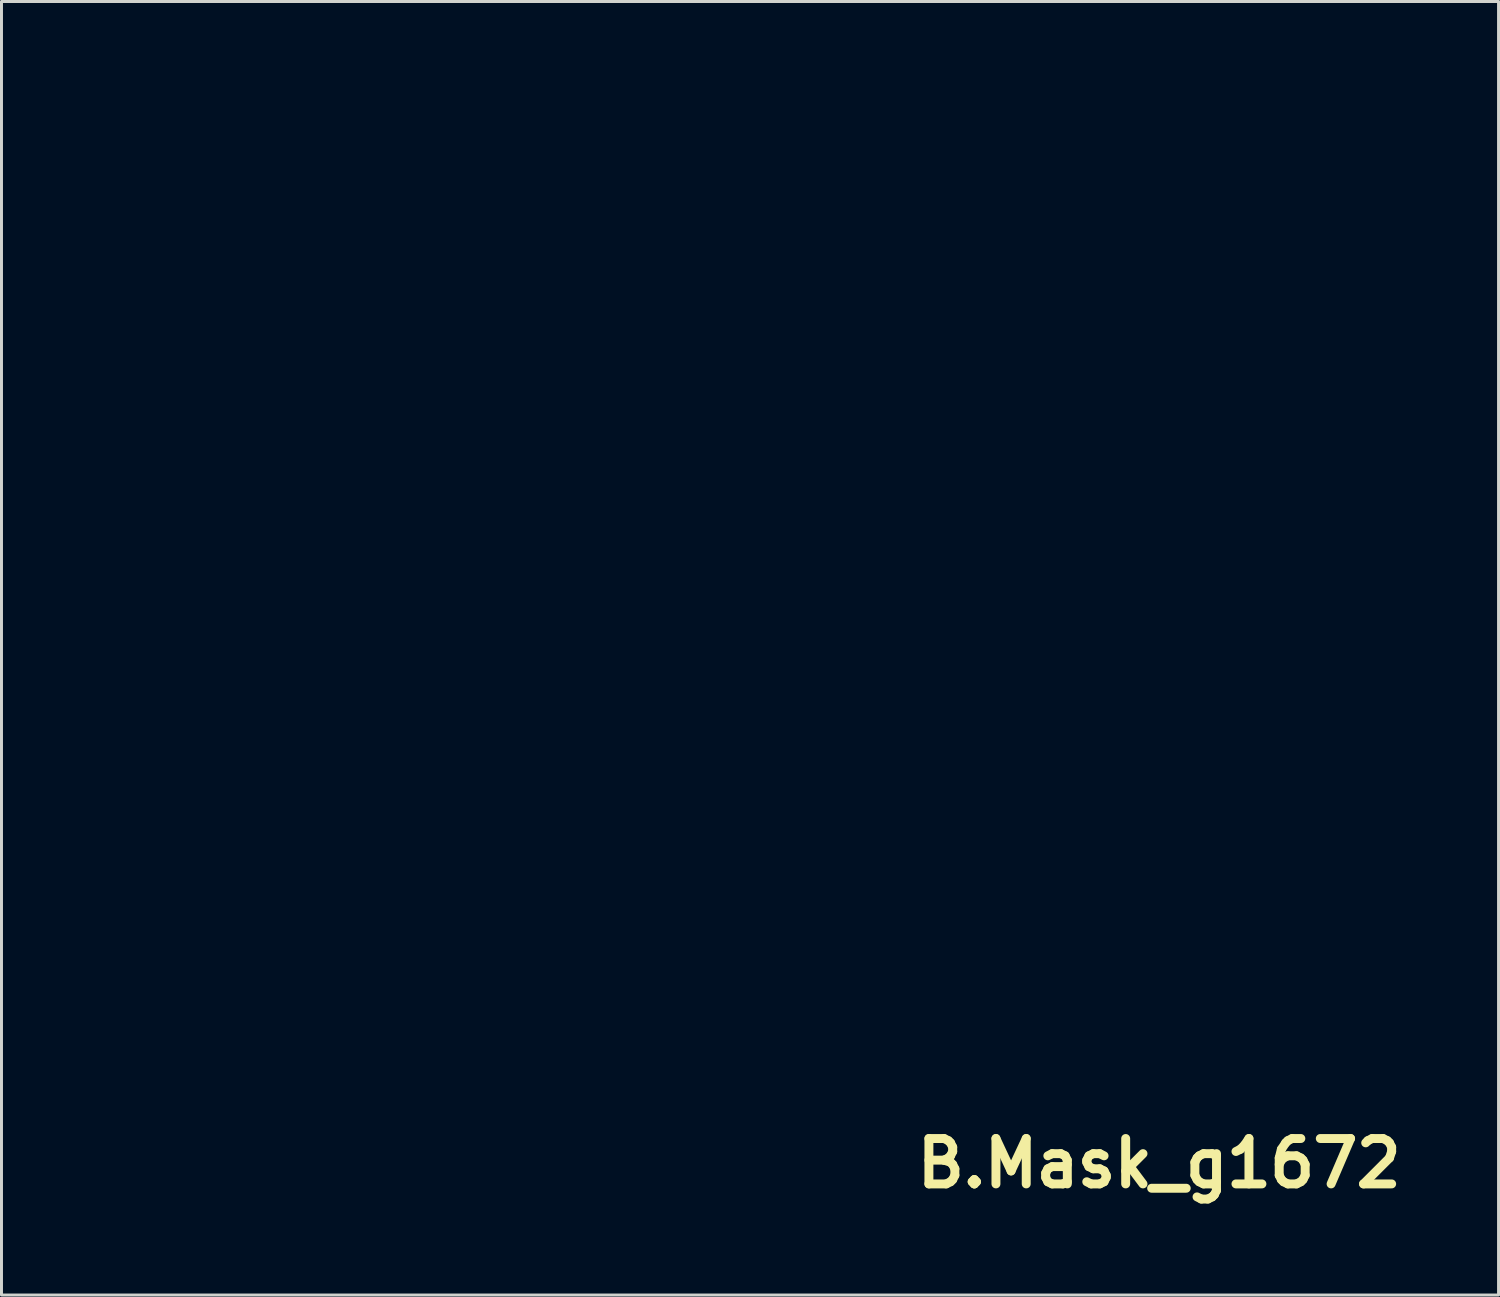
<source format=kicad_pcb>
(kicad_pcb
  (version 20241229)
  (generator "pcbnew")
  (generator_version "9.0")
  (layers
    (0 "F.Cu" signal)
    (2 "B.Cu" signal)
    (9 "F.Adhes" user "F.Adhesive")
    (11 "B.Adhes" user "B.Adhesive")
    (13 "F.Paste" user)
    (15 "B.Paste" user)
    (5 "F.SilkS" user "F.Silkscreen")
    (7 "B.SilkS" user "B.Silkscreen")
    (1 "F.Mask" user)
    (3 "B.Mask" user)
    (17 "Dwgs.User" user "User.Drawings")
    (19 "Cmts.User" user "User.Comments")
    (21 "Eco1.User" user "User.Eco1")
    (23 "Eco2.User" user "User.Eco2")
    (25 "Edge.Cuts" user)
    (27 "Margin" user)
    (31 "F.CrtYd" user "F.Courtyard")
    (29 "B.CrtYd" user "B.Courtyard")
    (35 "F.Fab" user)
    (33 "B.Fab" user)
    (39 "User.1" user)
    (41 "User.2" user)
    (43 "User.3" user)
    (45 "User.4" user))
  (footprint "B.Mask_g1672"
    (layer "F.Cu")
    (at 35.855 35.995)
    (property "Reference" "B.Mask_g1672" (at 0 0 0) (layer "F.SilkS") (effects (font (size 1.524 1.524) (thickness 0.3))))
    (attr through_hole)
    (fp_poly (pts (xy -35.798 -35.98) (xy -35.729 -35.955) (xy -35.726 -35.954) (xy -35.65 -35.926) (xy -35.548 -35.891) (xy -35.435 -35.852) (xy -35.348 -35.824) (xy -35.158 -35.757) (xy -34.956 -35.678) (xy -34.736 -35.582) (xy -34.492 -35.468) (xy -34.264 -35.356) (xy -34.06 -35.253) (xy -33.878 -35.155) (xy -33.708 -35.057) (xy -33.54 -34.954) (xy -33.365 -34.839) (xy -33.173 -34.707) (xy -33.031 -34.606) (xy -32.931 -34.535) (xy -32.803 -34.441) (xy -32.65 -34.329) (xy -32.477 -34.202) (xy -32.29 -34.064) (xy -32.092 -33.918) (xy -31.889 -33.767) (xy -31.685 -33.615) (xy -31.484 -33.465) (xy -31.293 -33.322) (xy -31.115 -33.188) (xy -30.954 -33.068) (xy -30.817 -32.963) (xy -30.706 -32.879) (xy -30.687 -32.864) (xy -30.502 -32.721) (xy -30.802 -32.357) (xy -31.031 -32.08) (xy -31.235 -31.836) (xy -31.412 -31.625) (xy -31.563 -31.448) (xy -31.688 -31.303) (xy -31.787 -31.192) (xy -31.861 -31.114) (xy -31.908 -31.069) (xy -31.927 -31.057) (xy -31.949 -31.07) (xy -31.996 -31.108) (xy -32.062 -31.167) (xy -32.143 -31.242) (xy -32.234 -31.33) (xy -32.237 -31.333) (xy -32.322 -31.413) (xy -32.433 -31.515) (xy -32.565 -31.633) (xy -32.712 -31.762) (xy -32.867 -31.896) (xy -33.025 -32.031) (xy -33.152 -32.137) (xy -33.379 -32.327) (xy -33.575 -32.493) (xy -33.746 -32.64) (xy -33.894 -32.77) (xy -34.024 -32.887) (xy -34.137 -32.994) (xy -34.239 -33.094) (xy -34.333 -33.192) (xy -34.422 -33.289) (xy -34.509 -33.39) (xy -34.563 -33.454) (xy -34.685 -33.612) (xy -34.816 -33.804) (xy -34.952 -34.022) (xy -35.091 -34.259) (xy -35.228 -34.509) (xy -35.359 -34.765) (xy -35.482 -35.019) (xy -35.591 -35.265) (xy -35.684 -35.496) (xy -35.738 -35.649) (xy -35.773 -35.754) (xy -35.804 -35.847) (xy -35.829 -35.919) (xy -35.844 -35.962) (xy -35.846 -35.967) (xy -35.85 -35.985) (xy -35.836 -35.99) (xy -35.798 -35.98)) (stroke (width 0.01) (type solid)) (fill yes) (layer "B.Mask")))
  (gr_rect
    (start -3 -3)
    (end 47.244 40.413)
    (stroke (width 0.1) (type default))
    (fill no)
    (layer "Edge.Cuts")))
</source>
